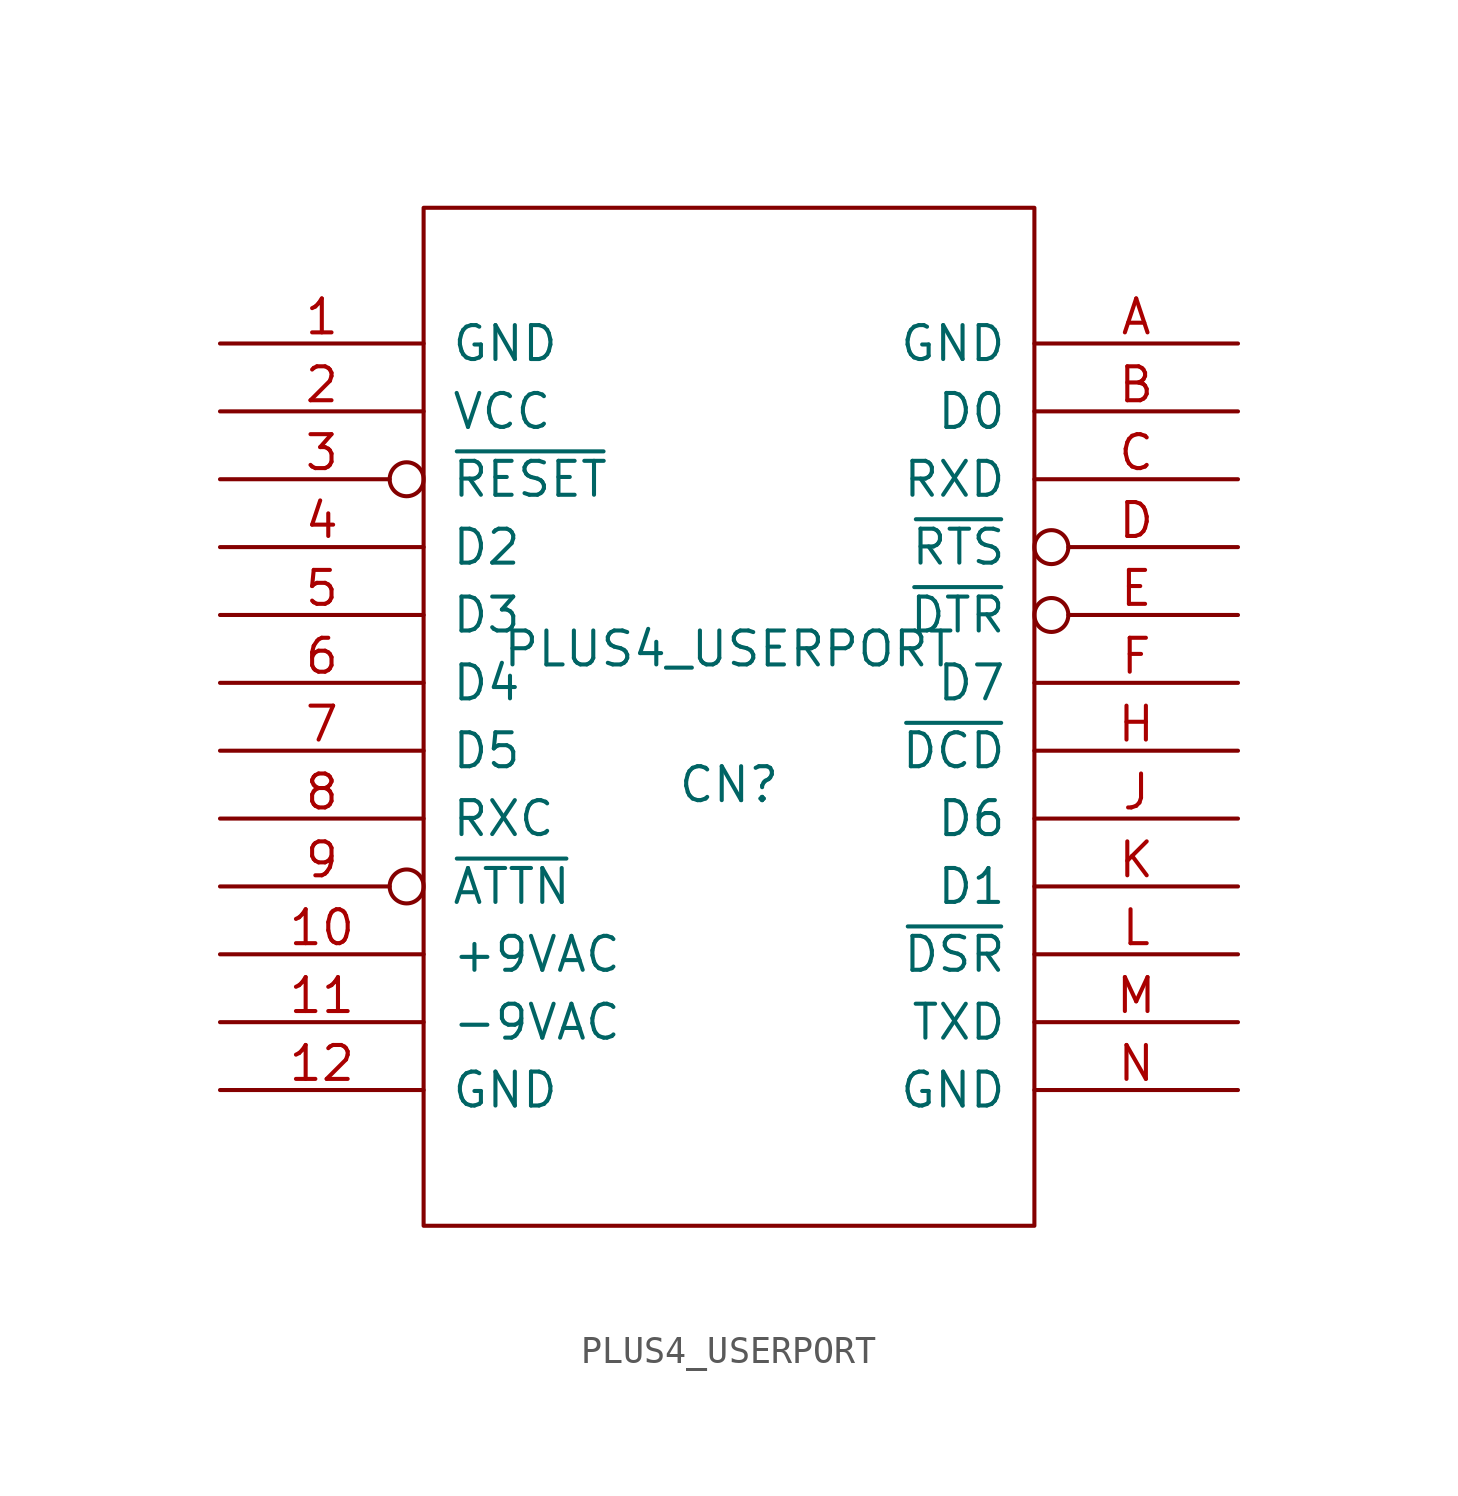
<source format=kicad_sym>
(kicad_symbol_lib
  (version 20231120)
  (generator "kicad_symbol_editor")
  (generator_version "8.0")
  (symbol "PLUS4_USERPORT"
    (pin_names
      (offset 1.016))
    (property "Reference" "CN"
      (at 0 -2.54 0)
      (effects (font (size 1.27 1.27))))
    (property "Value" "PLUS4_USERPORT"
      (at 0 2.54 0)
      (effects (font (size 1.27 1.27))))
    (symbol "PLUS4_USERPORT_1_0"
      (rectangle (start -11.43 -19.05) (end 11.43 19.05) (stroke (width 0) (type solid)) (fill (type none))))
    (symbol "PLUS4_USERPORT_1_1"
      (pin power_out line (at -19.05 13.97 0) (length 7.62) (name "GND" (effects (font (size 1.27 1.27)))) (number "1" (effects (font (size 1.27 1.27)))))
      (pin power_out line (at -19.05 -8.89 0) (length 7.62) (name "+9VAC" (effects (font (size 1.27 1.27)))) (number "10" (effects (font (size 1.27 1.27)))))
      (pin power_out line (at -19.05 -11.43 0) (length 7.62) (name "-9VAC" (effects (font (size 1.27 1.27)))) (number "11" (effects (font (size 1.27 1.27)))))
      (pin passive line (at -19.05 -13.97 0) (length 7.62) (name "GND" (effects (font (size 1.27 1.27)))) (number "12" (effects (font (size 1.27 1.27)))))
      (pin power_out line (at -19.05 11.43 0) (length 7.62) (name "VCC" (effects (font (size 1.27 1.27)))) (number "2" (effects (font (size 1.27 1.27)))))
      (pin input inverted (at -19.05 8.89 0) (length 7.62) (name "~{RESET}" (effects (font (size 1.27 1.27)))) (number "3" (effects (font (size 1.27 1.27)))))
      (pin bidirectional line (at -19.05 6.35 0) (length 7.62) (name "D2" (effects (font (size 1.27 1.27)))) (number "4" (effects (font (size 1.27 1.27)))))
      (pin bidirectional line (at -19.05 3.81 0) (length 7.62) (name "D3" (effects (font (size 1.27 1.27)))) (number "5" (effects (font (size 1.27 1.27)))))
      (pin bidirectional line (at -19.05 1.27 0) (length 7.62) (name "D4" (effects (font (size 1.27 1.27)))) (number "6" (effects (font (size 1.27 1.27)))))
      (pin bidirectional line (at -19.05 -1.27 0) (length 7.62) (name "D5" (effects (font (size 1.27 1.27)))) (number "7" (effects (font (size 1.27 1.27)))))
      (pin input line (at -19.05 -3.81 0) (length 7.62) (name "RXC" (effects (font (size 1.27 1.27)))) (number "8" (effects (font (size 1.27 1.27)))))
      (pin open_collector inverted (at -19.05 -6.35 0) (length 7.62) (name "~{ATTN}" (effects (font (size 1.27 1.27)))) (number "9" (effects (font (size 1.27 1.27)))))
      (pin passive line (at 19.05 13.97 180) (length 7.62) (name "GND" (effects (font (size 1.27 1.27)))) (number "A" (effects (font (size 1.27 1.27)))))
      (pin bidirectional line (at 19.05 11.43 180) (length 7.62) (name "D0" (effects (font (size 1.27 1.27)))) (number "B" (effects (font (size 1.27 1.27)))))
      (pin input line (at 19.05 8.89 180) (length 7.62) (name "RXD" (effects (font (size 1.27 1.27)))) (number "C" (effects (font (size 1.27 1.27)))))
      (pin output inverted (at 19.05 6.35 180) (length 7.62) (name "~{RTS}" (effects (font (size 1.27 1.27)))) (number "D" (effects (font (size 1.27 1.27)))))
      (pin output inverted (at 19.05 3.81 180) (length 7.62) (name "~{DTR}" (effects (font (size 1.27 1.27)))) (number "E" (effects (font (size 1.27 1.27)))))
      (pin bidirectional line (at 19.05 1.27 180) (length 7.62) (name "D7" (effects (font (size 1.27 1.27)))) (number "F" (effects (font (size 1.27 1.27)))))
      (pin input line (at 19.05 -1.27 180) (length 7.62) (name "~{DCD}" (effects (font (size 1.27 1.27)))) (number "H" (effects (font (size 1.27 1.27)))))
      (pin bidirectional line (at 19.05 -3.81 180) (length 7.62) (name "D6" (effects (font (size 1.27 1.27)))) (number "J" (effects (font (size 1.27 1.27)))))
      (pin bidirectional line (at 19.05 -6.35 180) (length 7.62) (name "D1" (effects (font (size 1.27 1.27)))) (number "K" (effects (font (size 1.27 1.27)))))
      (pin input line (at 19.05 -8.89 180) (length 7.62) (name "~{DSR}" (effects (font (size 1.27 1.27)))) (number "L" (effects (font (size 1.27 1.27)))))
      (pin output line (at 19.05 -11.43 180) (length 7.62) (name "TXD" (effects (font (size 1.27 1.27)))) (number "M" (effects (font (size 1.27 1.27)))))
      (pin passive line (at 19.05 -13.97 180) (length 7.62) (name "GND" (effects (font (size 1.27 1.27)))) (number "N" (effects (font (size 1.27 1.27))))))))
</source>
